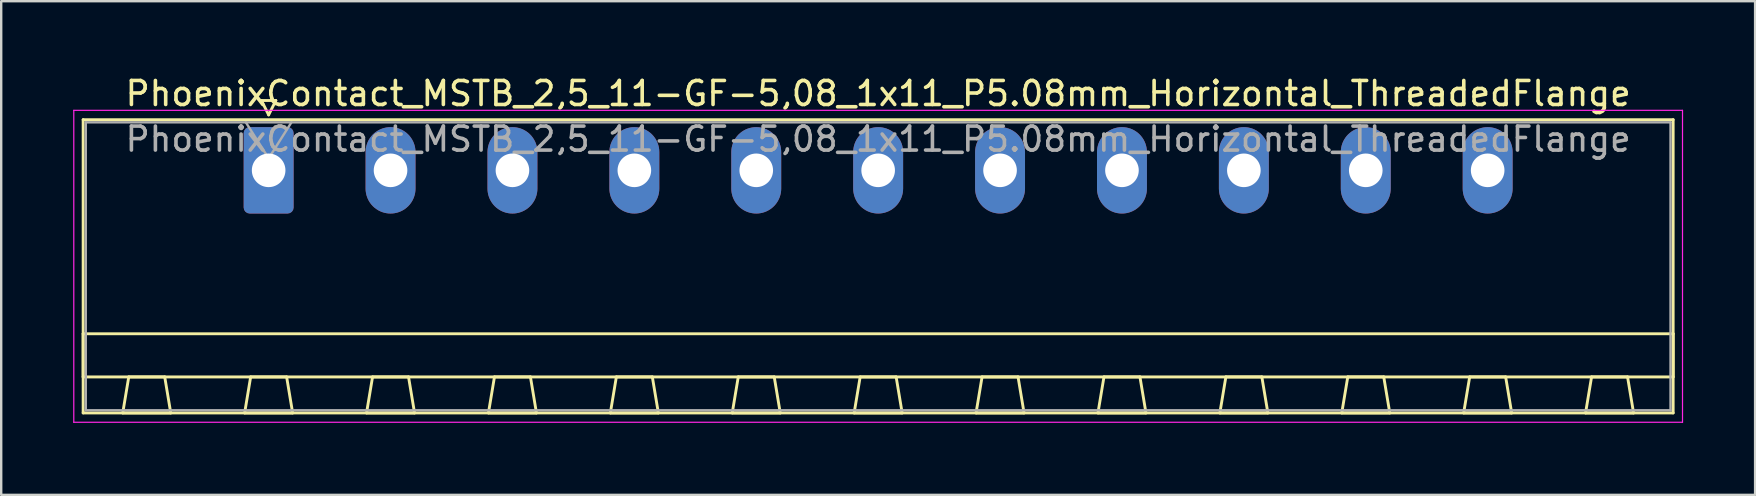
<source format=kicad_pcb>
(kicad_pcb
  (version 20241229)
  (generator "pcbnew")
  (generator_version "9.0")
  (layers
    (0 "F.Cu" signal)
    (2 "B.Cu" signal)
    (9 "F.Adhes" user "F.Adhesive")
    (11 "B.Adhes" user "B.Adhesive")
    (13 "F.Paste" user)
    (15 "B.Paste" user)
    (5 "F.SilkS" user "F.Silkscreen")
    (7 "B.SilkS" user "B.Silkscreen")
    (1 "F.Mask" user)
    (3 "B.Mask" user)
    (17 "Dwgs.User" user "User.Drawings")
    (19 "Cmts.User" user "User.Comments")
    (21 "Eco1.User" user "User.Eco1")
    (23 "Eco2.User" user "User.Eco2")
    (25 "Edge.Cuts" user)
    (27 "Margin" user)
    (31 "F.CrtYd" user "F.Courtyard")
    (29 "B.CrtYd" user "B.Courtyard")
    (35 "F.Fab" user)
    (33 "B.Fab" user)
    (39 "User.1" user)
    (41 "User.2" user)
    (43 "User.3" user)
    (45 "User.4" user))
  (footprint "PhoenixContact_MSTB_2,5_11-GF-5,08_1x11_P5.08mm_Horizontal_ThreadedFlange"
    (layer "F.Cu")
    (at 8.145 4.048)
    (property "Reference" "PhoenixContact_MSTB_2,5_11-GF-5,08_1x11_P5.08mm_Horizontal_ThreadedFlange" (at 25.4 -3.2 0) (layer "F.SilkS") (effects (font (size 1 1) (thickness 0.15))))
    (attr through_hole)
    (fp_line (start -7.73 -2.11) (end -7.73 10.11) (stroke (width 0.12) (type solid)) (layer "F.SilkS"))
    (fp_line (start -7.73 6.81) (end 58.53 6.81) (stroke (width 0.12) (type solid)) (layer "F.SilkS"))
    (fp_line (start -7.73 8.61) (end -7.73 6.81) (stroke (width 0.12) (type solid)) (layer "F.SilkS"))
    (fp_line (start -7.73 10.11) (end 58.53 10.11) (stroke (width 0.12) (type solid)) (layer "F.SilkS"))
    (fp_line (start -6.08 10.11) (end -4.08 10.11) (stroke (width 0.12) (type solid)) (layer "F.SilkS"))
    (fp_line (start -5.83 8.61) (end -6.08 10.11) (stroke (width 0.12) (type solid)) (layer "F.SilkS"))
    (fp_line (start -4.33 8.61) (end -5.83 8.61) (stroke (width 0.12) (type solid)) (layer "F.SilkS"))
    (fp_line (start -4.08 10.11) (end -4.33 8.61) (stroke (width 0.12) (type solid)) (layer "F.SilkS"))
    (fp_line (start -1 10.11) (end 1 10.11) (stroke (width 0.12) (type solid)) (layer "F.SilkS"))
    (fp_line (start -0.75 8.61) (end -1 10.11) (stroke (width 0.12) (type solid)) (layer "F.SilkS"))
    (fp_line (start -0.3 -2.91) (end 0.3 -2.91) (stroke (width 0.12) (type solid)) (layer "F.SilkS"))
    (fp_line (start 0 -2.31) (end -0.3 -2.91) (stroke (width 0.12) (type solid)) (layer "F.SilkS"))
    (fp_line (start 0.3 -2.91) (end 0 -2.31) (stroke (width 0.12) (type solid)) (layer "F.SilkS"))
    (fp_line (start 0.75 8.61) (end -0.75 8.61) (stroke (width 0.12) (type solid)) (layer "F.SilkS"))
    (fp_line (start 1 10.11) (end 0.75 8.61) (stroke (width 0.12) (type solid)) (layer "F.SilkS"))
    (fp_line (start 4.08 10.11) (end 6.08 10.11) (stroke (width 0.12) (type solid)) (layer "F.SilkS"))
    (fp_line (start 4.33 8.61) (end 4.08 10.11) (stroke (width 0.12) (type solid)) (layer "F.SilkS"))
    (fp_line (start 5.83 8.61) (end 4.33 8.61) (stroke (width 0.12) (type solid)) (layer "F.SilkS"))
    (fp_line (start 6.08 10.11) (end 5.83 8.61) (stroke (width 0.12) (type solid)) (layer "F.SilkS"))
    (fp_line (start 9.16 10.11) (end 11.16 10.11) (stroke (width 0.12) (type solid)) (layer "F.SilkS"))
    (fp_line (start 9.41 8.61) (end 9.16 10.11) (stroke (width 0.12) (type solid)) (layer "F.SilkS"))
    (fp_line (start 10.91 8.61) (end 9.41 8.61) (stroke (width 0.12) (type solid)) (layer "F.SilkS"))
    (fp_line (start 11.16 10.11) (end 10.91 8.61) (stroke (width 0.12) (type solid)) (layer "F.SilkS"))
    (fp_line (start 14.24 10.11) (end 16.24 10.11) (stroke (width 0.12) (type solid)) (layer "F.SilkS"))
    (fp_line (start 14.49 8.61) (end 14.24 10.11) (stroke (width 0.12) (type solid)) (layer "F.SilkS"))
    (fp_line (start 15.99 8.61) (end 14.49 8.61) (stroke (width 0.12) (type solid)) (layer "F.SilkS"))
    (fp_line (start 16.24 10.11) (end 15.99 8.61) (stroke (width 0.12) (type solid)) (layer "F.SilkS"))
    (fp_line (start 19.32 10.11) (end 21.32 10.11) (stroke (width 0.12) (type solid)) (layer "F.SilkS"))
    (fp_line (start 19.57 8.61) (end 19.32 10.11) (stroke (width 0.12) (type solid)) (layer "F.SilkS"))
    (fp_line (start 21.07 8.61) (end 19.57 8.61) (stroke (width 0.12) (type solid)) (layer "F.SilkS"))
    (fp_line (start 21.32 10.11) (end 21.07 8.61) (stroke (width 0.12) (type solid)) (layer "F.SilkS"))
    (fp_line (start 24.4 10.11) (end 26.4 10.11) (stroke (width 0.12) (type solid)) (layer "F.SilkS"))
    (fp_line (start 24.65 8.61) (end 24.4 10.11) (stroke (width 0.12) (type solid)) (layer "F.SilkS"))
    (fp_line (start 26.15 8.61) (end 24.65 8.61) (stroke (width 0.12) (type solid)) (layer "F.SilkS"))
    (fp_line (start 26.4 10.11) (end 26.15 8.61) (stroke (width 0.12) (type solid)) (layer "F.SilkS"))
    (fp_line (start 29.48 10.11) (end 31.48 10.11) (stroke (width 0.12) (type solid)) (layer "F.SilkS"))
    (fp_line (start 29.73 8.61) (end 29.48 10.11) (stroke (width 0.12) (type solid)) (layer "F.SilkS"))
    (fp_line (start 31.23 8.61) (end 29.73 8.61) (stroke (width 0.12) (type solid)) (layer "F.SilkS"))
    (fp_line (start 31.48 10.11) (end 31.23 8.61) (stroke (width 0.12) (type solid)) (layer "F.SilkS"))
    (fp_line (start 34.56 10.11) (end 36.56 10.11) (stroke (width 0.12) (type solid)) (layer "F.SilkS"))
    (fp_line (start 34.81 8.61) (end 34.56 10.11) (stroke (width 0.12) (type solid)) (layer "F.SilkS"))
    (fp_line (start 36.31 8.61) (end 34.81 8.61) (stroke (width 0.12) (type solid)) (layer "F.SilkS"))
    (fp_line (start 36.56 10.11) (end 36.31 8.61) (stroke (width 0.12) (type solid)) (layer "F.SilkS"))
    (fp_line (start 39.64 10.11) (end 41.64 10.11) (stroke (width 0.12) (type solid)) (layer "F.SilkS"))
    (fp_line (start 39.89 8.61) (end 39.64 10.11) (stroke (width 0.12) (type solid)) (layer "F.SilkS"))
    (fp_line (start 41.39 8.61) (end 39.89 8.61) (stroke (width 0.12) (type solid)) (layer "F.SilkS"))
    (fp_line (start 41.64 10.11) (end 41.39 8.61) (stroke (width 0.12) (type solid)) (layer "F.SilkS"))
    (fp_line (start 44.72 10.11) (end 46.72 10.11) (stroke (width 0.12) (type solid)) (layer "F.SilkS"))
    (fp_line (start 44.97 8.61) (end 44.72 10.11) (stroke (width 0.12) (type solid)) (layer "F.SilkS"))
    (fp_line (start 46.47 8.61) (end 44.97 8.61) (stroke (width 0.12) (type solid)) (layer "F.SilkS"))
    (fp_line (start 46.72 10.11) (end 46.47 8.61) (stroke (width 0.12) (type solid)) (layer "F.SilkS"))
    (fp_line (start 49.8 10.11) (end 51.8 10.11) (stroke (width 0.12) (type solid)) (layer "F.SilkS"))
    (fp_line (start 50.05 8.61) (end 49.8 10.11) (stroke (width 0.12) (type solid)) (layer "F.SilkS"))
    (fp_line (start 51.55 8.61) (end 50.05 8.61) (stroke (width 0.12) (type solid)) (layer "F.SilkS"))
    (fp_line (start 51.8 10.11) (end 51.55 8.61) (stroke (width 0.12) (type solid)) (layer "F.SilkS"))
    (fp_line (start 54.88 10.11) (end 56.88 10.11) (stroke (width 0.12) (type solid)) (layer "F.SilkS"))
    (fp_line (start 55.13 8.61) (end 54.88 10.11) (stroke (width 0.12) (type solid)) (layer "F.SilkS"))
    (fp_line (start 56.63 8.61) (end 55.13 8.61) (stroke (width 0.12) (type solid)) (layer "F.SilkS"))
    (fp_line (start 56.88 10.11) (end 56.63 8.61) (stroke (width 0.12) (type solid)) (layer "F.SilkS"))
    (fp_line (start 58.53 -2.11) (end -7.73 -2.11) (stroke (width 0.12) (type solid)) (layer "F.SilkS"))
    (fp_line (start 58.53 6.81) (end 58.53 8.61) (stroke (width 0.12) (type solid)) (layer "F.SilkS"))
    (fp_line (start 58.53 8.61) (end -7.73 8.61) (stroke (width 0.12) (type solid)) (layer "F.SilkS"))
    (fp_line (start 58.53 10.11) (end 58.53 -2.11) (stroke (width 0.12) (type solid)) (layer "F.SilkS"))
    (fp_line (start -8.12 -2.5) (end -8.12 10.5) (stroke (width 0.05) (type solid)) (layer "F.CrtYd"))
    (fp_line (start -8.12 10.5) (end 58.92 10.5) (stroke (width 0.05) (type solid)) (layer "F.CrtYd"))
    (fp_line (start 58.92 -2.5) (end -8.12 -2.5) (stroke (width 0.05) (type solid)) (layer "F.CrtYd"))
    (fp_line (start 58.92 10.5) (end 58.92 -2.5) (stroke (width 0.05) (type solid)) (layer "F.CrtYd"))
    (fp_line (start -7.62 -2) (end -7.62 10) (stroke (width 0.1) (type solid)) (layer "F.Fab"))
    (fp_line (start -7.62 10) (end 58.42 10) (stroke (width 0.1) (type solid)) (layer "F.Fab"))
    (fp_line (start 0 -0.5) (end -0.95 -2) (stroke (width 0.1) (type solid)) (layer "F.Fab"))
    (fp_line (start 0.95 -2) (end 0 -0.5) (stroke (width 0.1) (type solid)) (layer "F.Fab"))
    (fp_line (start 58.42 -2) (end -7.62 -2) (stroke (width 0.1) (type solid)) (layer "F.Fab"))
    (fp_line (start 58.42 10) (end 58.42 -2) (stroke (width 0.1) (type solid)) (layer "F.Fab"))
    (fp_text user "${REFERENCE}" (at 25.4 -1.3 0) (layer "F.Fab") (effects (font (size 1 1) (thickness 0.15))))
    (pad "1" thru_hole roundrect (at 0 0) (size 2.08 3.6) (drill 1.4) (layers "*.Cu" "*.Mask") (roundrect_rratio 0.12))
    (pad "2" thru_hole oval (at 5.08 0) (size 2.08 3.6) (drill 1.4) (layers "*.Cu" "*.Mask"))
    (pad "3" thru_hole oval (at 10.16 0) (size 2.08 3.6) (drill 1.4) (layers "*.Cu" "*.Mask"))
    (pad "4" thru_hole oval (at 15.24 0) (size 2.08 3.6) (drill 1.4) (layers "*.Cu" "*.Mask"))
    (pad "5" thru_hole oval (at 20.32 0) (size 2.08 3.6) (drill 1.4) (layers "*.Cu" "*.Mask"))
    (pad "6" thru_hole oval (at 25.4 0) (size 2.08 3.6) (drill 1.4) (layers "*.Cu" "*.Mask"))
    (pad "7" thru_hole oval (at 30.48 0) (size 2.08 3.6) (drill 1.4) (layers "*.Cu" "*.Mask"))
    (pad "8" thru_hole oval (at 35.56 0) (size 2.08 3.6) (drill 1.4) (layers "*.Cu" "*.Mask"))
    (pad "9" thru_hole oval (at 40.64 0) (size 2.08 3.6) (drill 1.4) (layers "*.Cu" "*.Mask"))
    (pad "10" thru_hole oval (at 45.72 0) (size 2.08 3.6) (drill 1.4) (layers "*.Cu" "*.Mask"))
    (pad "11" thru_hole oval (at 50.8 0) (size 2.08 3.6) (drill 1.4) (layers "*.Cu" "*.Mask")))
  (gr_rect
    (start -3 -3)
    (end 70.09 17.573)
    (stroke (width 0.1) (type default))
    (fill no)
    (layer "Edge.Cuts")))
</source>
